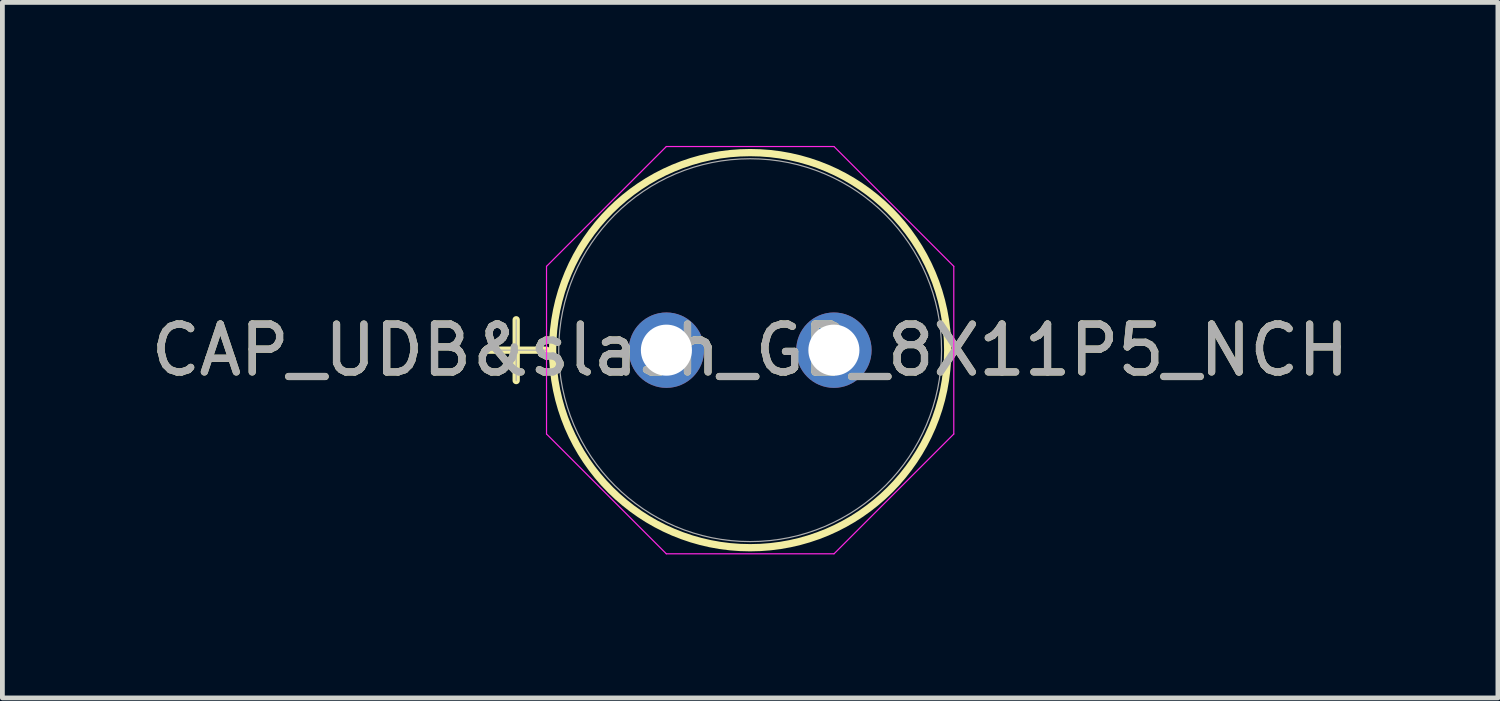
<source format=kicad_pcb>
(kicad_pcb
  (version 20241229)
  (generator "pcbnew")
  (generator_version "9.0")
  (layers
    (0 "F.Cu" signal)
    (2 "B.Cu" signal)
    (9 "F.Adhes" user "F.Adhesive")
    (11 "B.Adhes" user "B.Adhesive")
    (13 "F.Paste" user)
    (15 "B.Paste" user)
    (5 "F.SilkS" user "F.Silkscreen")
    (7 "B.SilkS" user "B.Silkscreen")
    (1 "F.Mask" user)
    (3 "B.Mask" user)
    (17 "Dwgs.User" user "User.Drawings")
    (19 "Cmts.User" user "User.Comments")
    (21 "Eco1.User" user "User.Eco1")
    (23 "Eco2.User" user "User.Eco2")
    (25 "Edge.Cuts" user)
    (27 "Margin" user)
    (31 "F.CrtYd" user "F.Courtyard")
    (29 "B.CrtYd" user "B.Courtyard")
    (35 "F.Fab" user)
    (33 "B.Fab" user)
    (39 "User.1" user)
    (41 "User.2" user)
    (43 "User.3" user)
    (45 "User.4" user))
  (footprint "CAP_UDB&slash_GB_8X11P5_NCH"
    (layer "F.Cu")
    (at 10.875 4.267)
    (property "Reference" "CAP_UDB&slash_GB_8X11P5_NCH" (at 1.75 0 0) (unlocked yes) (layer "F.SilkS") (effects (font (size 1 1) (thickness 0.15))))
    (attr through_hole)
    (fp_line (start -3.775 0) (end -2.505 0) (stroke (width 0.152) (type solid)) (layer "F.SilkS"))
    (fp_line (start -3.139 -0.635) (end -3.139 0.635) (stroke (width 0.152) (type solid)) (layer "F.SilkS"))
    (fp_circle (center 1.75 0) (end 5.878 0) (stroke (width 0.152) (type solid)) (fill no) (layer "F.SilkS"))
    (fp_line (start -2.505 -1.752) (end -0.002 -4.255) (stroke (width 0.025) (type solid)) (layer "F.CrtYd"))
    (fp_line (start -2.505 1.752) (end -2.505 -1.752) (stroke (width 0.025) (type solid)) (layer "F.CrtYd"))
    (fp_line (start -0.002 -4.255) (end 3.502 -4.255) (stroke (width 0.025) (type solid)) (layer "F.CrtYd"))
    (fp_line (start -0.002 4.255) (end -2.505 1.752) (stroke (width 0.025) (type solid)) (layer "F.CrtYd"))
    (fp_line (start 3.502 -4.255) (end 6.005 -1.752) (stroke (width 0.025) (type solid)) (layer "F.CrtYd"))
    (fp_line (start 3.502 4.255) (end -0.002 4.255) (stroke (width 0.025) (type solid)) (layer "F.CrtYd"))
    (fp_line (start 6.005 -1.752) (end 6.005 1.752) (stroke (width 0.025) (type solid)) (layer "F.CrtYd"))
    (fp_line (start 6.005 1.752) (end 3.502 4.255) (stroke (width 0.025) (type solid)) (layer "F.CrtYd"))
    (fp_line (start -3.775 0) (end -2.505 0) (stroke (width 0.025) (type solid)) (layer "F.Fab"))
    (fp_line (start -3.139 -0.635) (end -3.139 0.635) (stroke (width 0.025) (type solid)) (layer "F.Fab"))
    (fp_circle (center 1.75 0) (end 5.75 0) (stroke (width 0.025) (type solid)) (fill no) (layer "F.Fab"))
    (fp_text user "${REFERENCE}" (at 1.75 0 0) (unlocked yes) (layer "F.Fab") (effects (font (size 1 1) (thickness 0.15))))
    (pad "1" thru_hole circle (at 0 0) (size 1.575 1.575) (drill 1.067) (layers "*.Cu" "*.Mask"))
    (pad "2" thru_hole circle (at 3.5 0) (size 1.575 1.575) (drill 1.067) (layers "*.Cu" "*.Mask")))
  (gr_rect
    (start -3 -3)
    (end 28.25 11.534)
    (stroke (width 0.1) (type default))
    (fill no)
    (layer "Edge.Cuts")))
</source>
